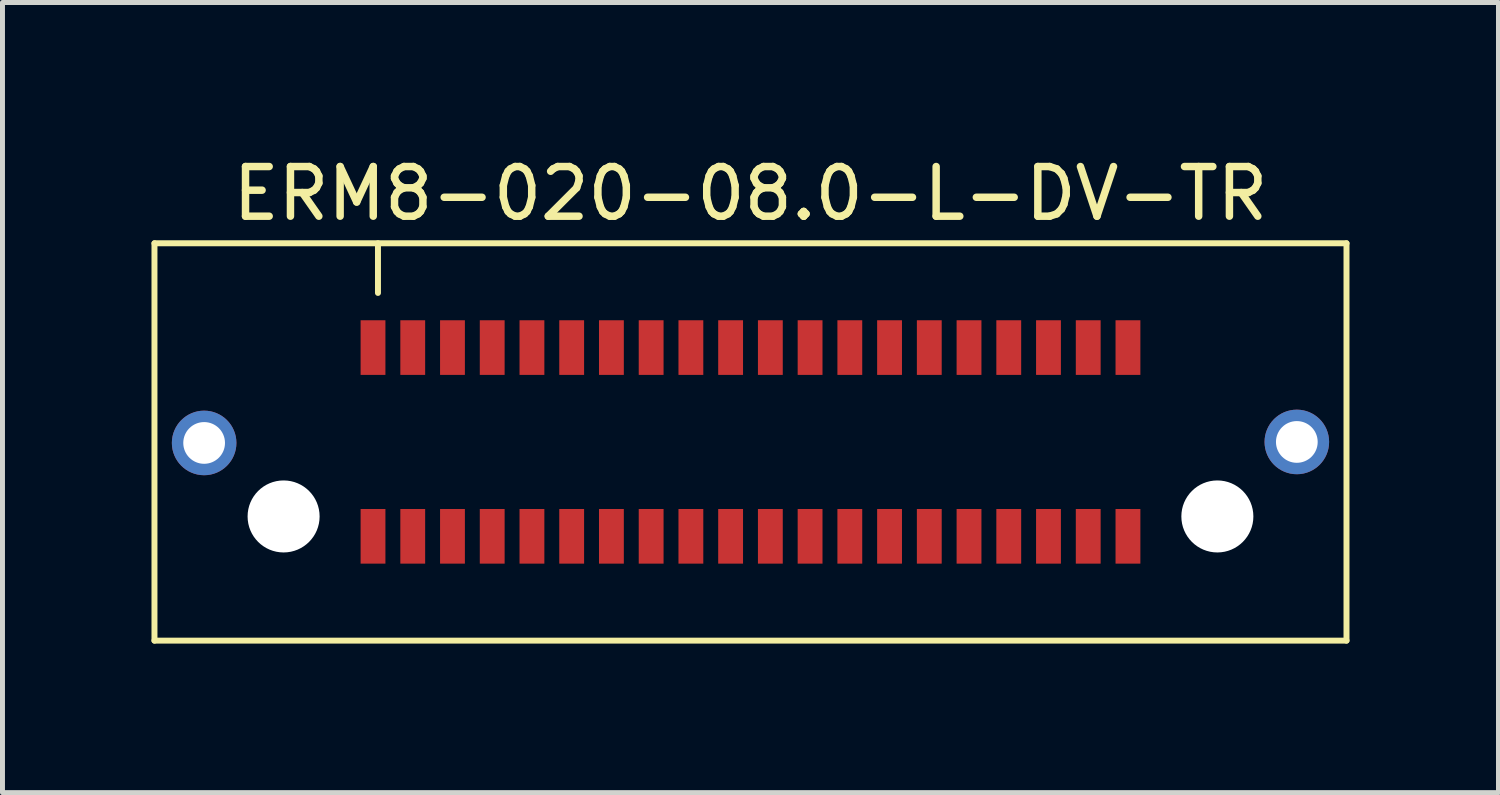
<source format=kicad_pcb>
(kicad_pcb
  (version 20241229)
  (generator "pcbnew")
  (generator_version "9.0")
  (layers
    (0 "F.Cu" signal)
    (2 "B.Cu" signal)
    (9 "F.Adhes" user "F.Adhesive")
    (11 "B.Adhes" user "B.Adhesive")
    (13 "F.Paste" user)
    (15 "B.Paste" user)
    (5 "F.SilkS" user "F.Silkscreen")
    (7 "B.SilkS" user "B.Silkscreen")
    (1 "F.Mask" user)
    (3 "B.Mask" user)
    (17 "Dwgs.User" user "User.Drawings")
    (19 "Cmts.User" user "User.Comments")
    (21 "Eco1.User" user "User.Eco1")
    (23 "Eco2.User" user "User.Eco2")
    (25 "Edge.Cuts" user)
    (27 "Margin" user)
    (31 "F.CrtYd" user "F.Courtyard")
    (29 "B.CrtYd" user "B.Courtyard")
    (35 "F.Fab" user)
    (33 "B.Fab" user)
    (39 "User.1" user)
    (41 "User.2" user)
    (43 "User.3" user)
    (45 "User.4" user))
  (footprint "ERM8-020-08.0-L-DV-TR"
    (layer "F.Cu")
    (at 12.06 5.848)
    (property "Reference" "ERM8-020-08.0-L-DV-TR" (at 0 -5 0) (layer "F.SilkS") (effects (font (size 1 1) (thickness 0.15))))
    (attr through_hole)
    (fp_line (start -12 -4) (end -12 4) (stroke (width 0.12) (type solid)) (layer "F.SilkS"))
    (fp_line (start -12 4) (end 12 4) (stroke (width 0.12) (type solid)) (layer "F.SilkS"))
    (fp_line (start -7.5 -3) (end -7.5 -4) (stroke (width 0.12) (type solid)) (layer "F.SilkS"))
    (fp_line (start 12 -4) (end -12 -4) (stroke (width 0.12) (type solid)) (layer "F.SilkS"))
    (fp_line (start 12 4) (end 12 -4) (stroke (width 0.12) (type solid)) (layer "F.SilkS"))
    (pad "" thru_hole circle (at -11 0.02) (size 1.3 1.3) (drill 0.84) (layers "*.Cu" "*.Mask"))
    (pad "" np_thru_hole circle (at -9.4 1.5) (size 1.45 1.45) (drill 1.45) (layers "*.Cu" "*.Mask"))
    (pad "" np_thru_hole circle (at 9.4 1.5) (size 1.45 1.45) (drill 1.45) (layers "*.Cu" "*.Mask"))
    (pad "" thru_hole circle (at 11 0) (size 1.3 1.3) (drill 0.84) (layers "*.Cu" "*.Mask"))
    (pad "1" smd rect (at -7.6 -1.9 180) (size 0.5 1.1) (layers "F.Cu" "F.Mask" "F.Paste"))
    (pad "2" smd rect (at -7.6 1.9 180) (size 0.5 1.1) (layers "F.Cu" "F.Mask" "F.Paste"))
    (pad "3" smd rect (at -6.8 -1.9 180) (size 0.5 1.1) (layers "F.Cu" "F.Mask" "F.Paste"))
    (pad "4" smd rect (at -6.8 1.9 180) (size 0.5 1.1) (layers "F.Cu" "F.Mask" "F.Paste"))
    (pad "5" smd rect (at -6 -1.9 180) (size 0.5 1.1) (layers "F.Cu" "F.Mask" "F.Paste"))
    (pad "6" smd rect (at -6 1.9 180) (size 0.5 1.1) (layers "F.Cu" "F.Mask" "F.Paste"))
    (pad "7" smd rect (at -5.2 -1.9 180) (size 0.5 1.1) (layers "F.Cu" "F.Mask" "F.Paste"))
    (pad "8" smd rect (at -5.2 1.9 180) (size 0.5 1.1) (layers "F.Cu" "F.Mask" "F.Paste"))
    (pad "9" smd rect (at -4.4 -1.9 180) (size 0.5 1.1) (layers "F.Cu" "F.Mask" "F.Paste"))
    (pad "10" smd rect (at -4.4 1.9 180) (size 0.5 1.1) (layers "F.Cu" "F.Mask" "F.Paste"))
    (pad "11" smd rect (at -3.6 -1.9 180) (size 0.5 1.1) (layers "F.Cu" "F.Mask" "F.Paste"))
    (pad "12" smd rect (at -3.6 1.9 180) (size 0.5 1.1) (layers "F.Cu" "F.Mask" "F.Paste"))
    (pad "13" smd rect (at -2.8 -1.9 180) (size 0.5 1.1) (layers "F.Cu" "F.Mask" "F.Paste"))
    (pad "14" smd rect (at -2.8 1.9 180) (size 0.5 1.1) (layers "F.Cu" "F.Mask" "F.Paste"))
    (pad "15" smd rect (at -2 -1.9 180) (size 0.5 1.1) (layers "F.Cu" "F.Mask" "F.Paste"))
    (pad "16" smd rect (at -2 1.9 180) (size 0.5 1.1) (layers "F.Cu" "F.Mask" "F.Paste"))
    (pad "17" smd rect (at -1.2 -1.9 180) (size 0.5 1.1) (layers "F.Cu" "F.Mask" "F.Paste"))
    (pad "18" smd rect (at -1.2 1.9 180) (size 0.5 1.1) (layers "F.Cu" "F.Mask" "F.Paste"))
    (pad "19" smd rect (at -0.4 -1.9 180) (size 0.5 1.1) (layers "F.Cu" "F.Mask" "F.Paste"))
    (pad "20" smd rect (at -0.4 1.9 180) (size 0.5 1.1) (layers "F.Cu" "F.Mask" "F.Paste"))
    (pad "21" smd rect (at 0.4 -1.9 180) (size 0.5 1.1) (layers "F.Cu" "F.Mask" "F.Paste"))
    (pad "22" smd rect (at 0.4 1.9 180) (size 0.5 1.1) (layers "F.Cu" "F.Mask" "F.Paste"))
    (pad "23" smd rect (at 1.2 -1.9 180) (size 0.5 1.1) (layers "F.Cu" "F.Mask" "F.Paste"))
    (pad "24" smd rect (at 1.2 1.9 180) (size 0.5 1.1) (layers "F.Cu" "F.Mask" "F.Paste"))
    (pad "25" smd rect (at 2 -1.9 180) (size 0.5 1.1) (layers "F.Cu" "F.Mask" "F.Paste"))
    (pad "26" smd rect (at 2 1.9 180) (size 0.5 1.1) (layers "F.Cu" "F.Mask" "F.Paste"))
    (pad "27" smd rect (at 2.8 -1.9 180) (size 0.5 1.1) (layers "F.Cu" "F.Mask" "F.Paste"))
    (pad "28" smd rect (at 2.8 1.9 180) (size 0.5 1.1) (layers "F.Cu" "F.Mask" "F.Paste"))
    (pad "29" smd rect (at 3.6 -1.9 180) (size 0.5 1.1) (layers "F.Cu" "F.Mask" "F.Paste"))
    (pad "30" smd rect (at 3.6 1.9 180) (size 0.5 1.1) (layers "F.Cu" "F.Mask" "F.Paste"))
    (pad "31" smd rect (at 4.4 -1.9 180) (size 0.5 1.1) (layers "F.Cu" "F.Mask" "F.Paste"))
    (pad "32" smd rect (at 4.4 1.9 180) (size 0.5 1.1) (layers "F.Cu" "F.Mask" "F.Paste"))
    (pad "33" smd rect (at 5.2 -1.9 180) (size 0.5 1.1) (layers "F.Cu" "F.Mask" "F.Paste"))
    (pad "34" smd rect (at 5.2 1.9 180) (size 0.5 1.1) (layers "F.Cu" "F.Mask" "F.Paste"))
    (pad "35" smd rect (at 6 -1.9 180) (size 0.5 1.1) (layers "F.Cu" "F.Mask" "F.Paste"))
    (pad "36" smd rect (at 6 1.9 180) (size 0.5 1.1) (layers "F.Cu" "F.Mask" "F.Paste"))
    (pad "37" smd rect (at 6.8 -1.9 180) (size 0.5 1.1) (layers "F.Cu" "F.Mask" "F.Paste"))
    (pad "38" smd rect (at 6.8 1.9 180) (size 0.5 1.1) (layers "F.Cu" "F.Mask" "F.Paste"))
    (pad "39" smd rect (at 7.6 -1.9 180) (size 0.5 1.1) (layers "F.Cu" "F.Mask" "F.Paste"))
    (pad "40" smd rect (at 7.6 1.9 180) (size 0.5 1.1) (layers "F.Cu" "F.Mask" "F.Paste")))
  (gr_rect
    (start -3 -3)
    (end 27.12 12.908)
    (stroke (width 0.1) (type default))
    (fill no)
    (layer "Edge.Cuts")))
</source>
